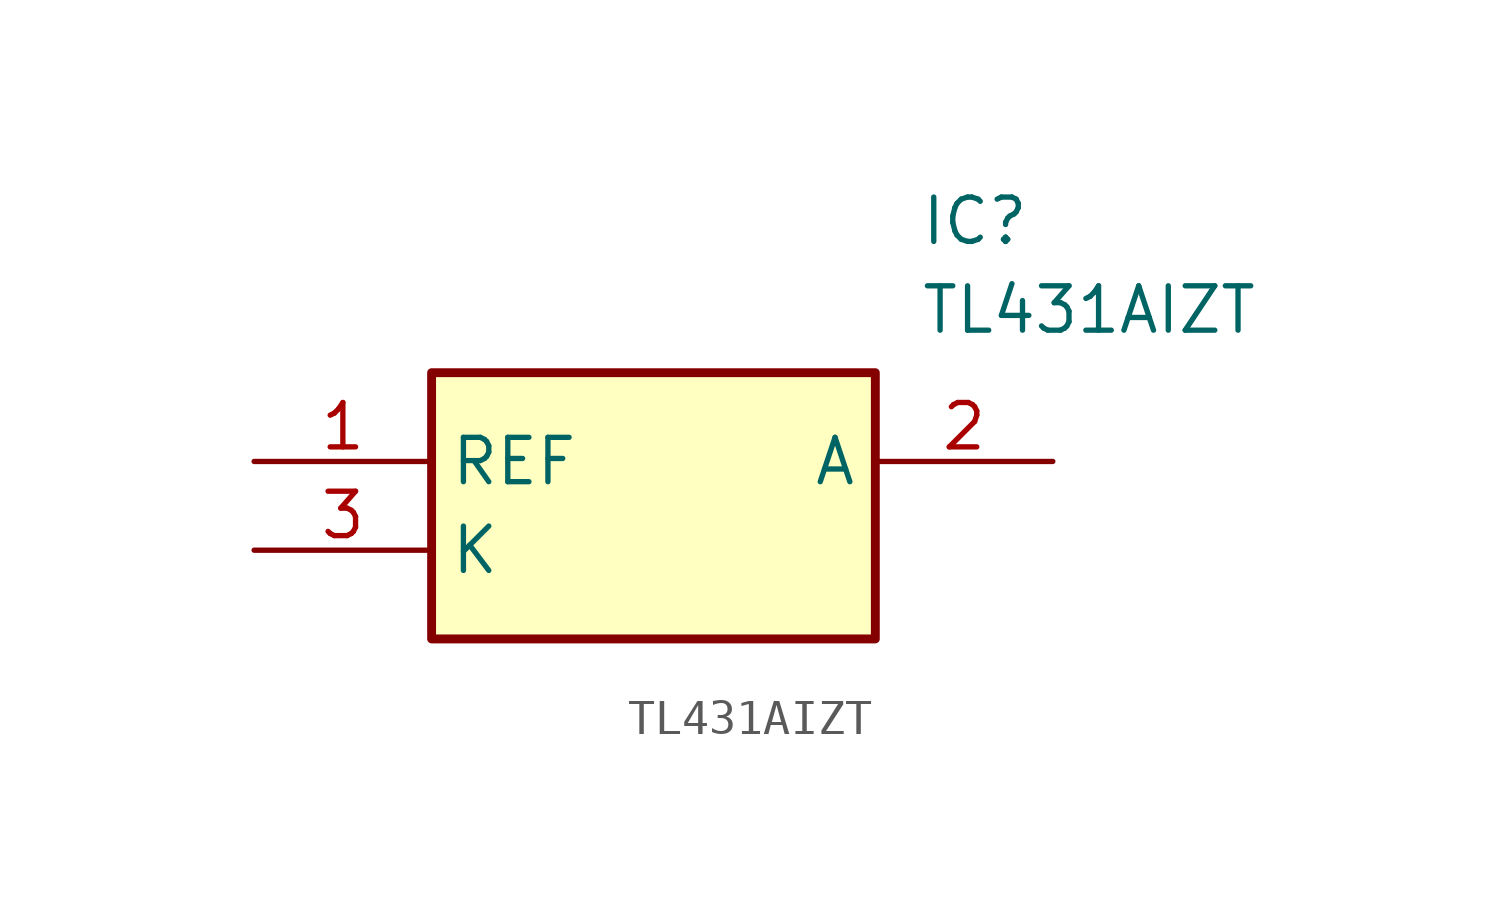
<source format=kicad_sym>
(kicad_symbol_lib
  (version 20211014)
  (generator SamacSys_ECAD_Model)
  (symbol "TL431AIZT"
    (property "Reference" "IC"
      (at 19.05 7.62 0)
      (effects (font (size 1.27 1.27)) (justify left top)))
    (property "Value" "TL431AIZT"
      (at 19.05 5.08 0)
      (effects (font (size 1.27 1.27)) (justify left top)))
    (rectangle
      (start 5.08 2.54)
      (end 17.78 -5.08)
      (stroke (width 0.254) (type default))
      (fill (type background)))
    (pin passive line
      (at 0 0 0)
      (length 5.08)
      (name "REF" (effects (font (size 1.27 1.27))))
      (number "1" (effects (font (size 1.27 1.27)))))
    (pin passive line
      (at 22.86 0 180)
      (length 5.08)
      (name "A" (effects (font (size 1.27 1.27))))
      (number "2" (effects (font (size 1.27 1.27)))))
    (pin passive line
      (at 0 -2.54 0)
      (length 5.08)
      (name "K" (effects (font (size 1.27 1.27))))
      (number "3" (effects (font (size 1.27 1.27)))))))
</source>
